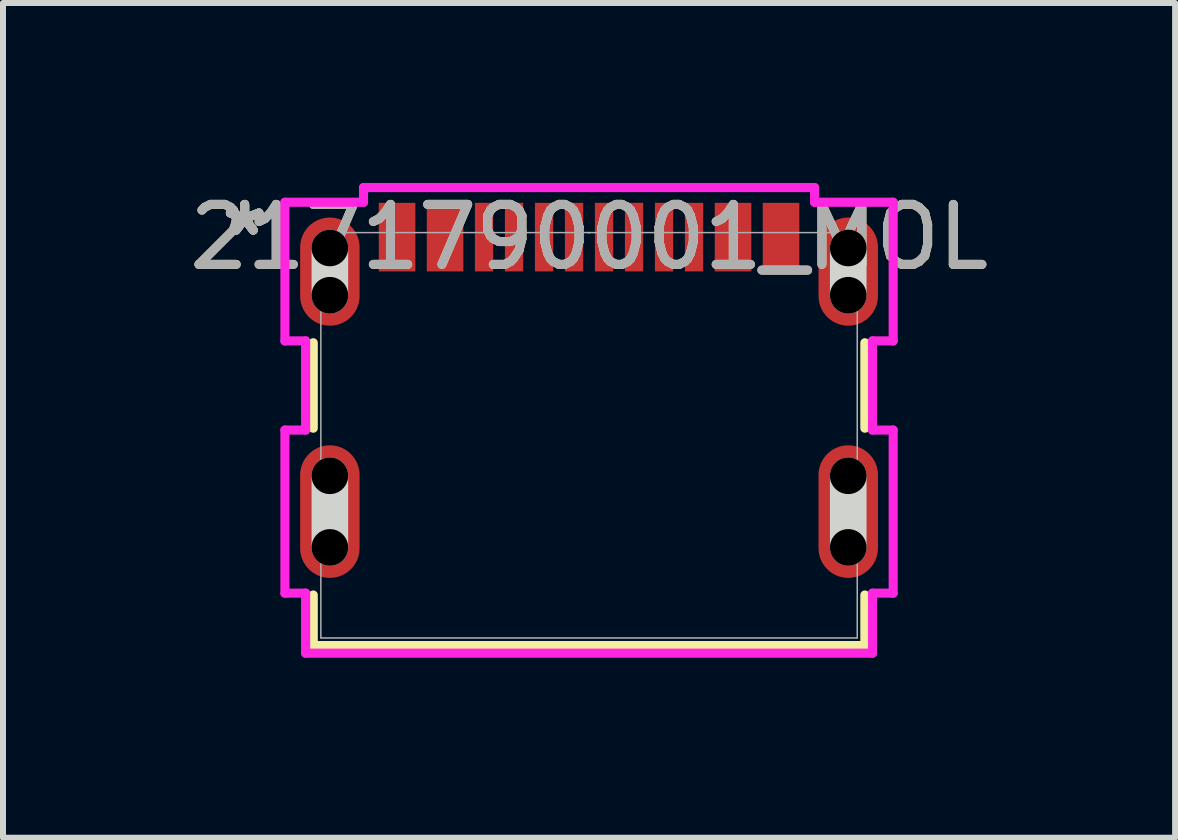
<source format=kicad_pcb>
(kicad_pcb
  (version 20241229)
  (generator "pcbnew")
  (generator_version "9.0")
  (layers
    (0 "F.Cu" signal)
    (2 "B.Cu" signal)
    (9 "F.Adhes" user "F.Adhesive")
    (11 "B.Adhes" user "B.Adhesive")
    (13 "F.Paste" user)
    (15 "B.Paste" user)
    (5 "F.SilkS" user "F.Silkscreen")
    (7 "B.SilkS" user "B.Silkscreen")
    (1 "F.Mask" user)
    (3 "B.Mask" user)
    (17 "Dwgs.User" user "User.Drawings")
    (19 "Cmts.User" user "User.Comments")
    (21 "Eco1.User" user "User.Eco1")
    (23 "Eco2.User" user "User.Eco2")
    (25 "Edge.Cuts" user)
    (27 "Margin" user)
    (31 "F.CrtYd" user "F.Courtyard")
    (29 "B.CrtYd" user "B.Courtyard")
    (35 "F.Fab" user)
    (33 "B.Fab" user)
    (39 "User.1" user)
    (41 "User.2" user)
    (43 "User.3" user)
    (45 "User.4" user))
  (footprint "2171790001_MOL"
    (layer "F.Cu")
    (at 6.768 4.205)
    (property "Reference" "2171790001_MOL" (at 0 -3.303 0) (unlocked yes) (layer "F.SilkS") (effects (font (size 1 1) (thickness 0.15))))
    (attr smd)
    (fp_line (start -4.597 -1.542) (end -4.597 -0.118) (stroke (width 0.152) (type solid)) (layer "F.SilkS"))
    (fp_line (start -4.597 2.662) (end -4.597 3.505) (stroke (width 0.152) (type solid)) (layer "F.SilkS"))
    (fp_line (start -4.597 3.505) (end 4.597 3.505) (stroke (width 0.152) (type solid)) (layer "F.SilkS"))
    (fp_line (start 4.597 -0.118) (end 4.597 -1.542) (stroke (width 0.152) (type solid)) (layer "F.SilkS"))
    (fp_line (start 4.597 3.505) (end 4.597 2.662) (stroke (width 0.152) (type solid)) (layer "F.SilkS"))
    (fp_line (start -4.32 -2.334) (end -4.32 -3.122) (stroke (width 0.61) (type solid)) (layer "Edge.Cuts"))
    (fp_line (start -4.32 1.869) (end -4.32 0.675) (stroke (width 0.61) (type solid)) (layer "Edge.Cuts"))
    (fp_line (start 4.32 -2.334) (end 4.32 -3.122) (stroke (width 0.61) (type solid)) (layer "Edge.Cuts"))
    (fp_line (start 4.32 1.869) (end 4.32 0.675) (stroke (width 0.61) (type solid)) (layer "Edge.Cuts"))
    (fp_line (start -5.069 -3.884) (end -5.069 -1.573) (stroke (width 0.152) (type solid)) (layer "F.CrtYd"))
    (fp_line (start -5.069 -1.573) (end -4.724 -1.573) (stroke (width 0.152) (type solid)) (layer "F.CrtYd"))
    (fp_line (start -5.069 -0.087) (end -5.069 2.631) (stroke (width 0.152) (type solid)) (layer "F.CrtYd"))
    (fp_line (start -5.069 2.631) (end -4.724 2.631) (stroke (width 0.152) (type solid)) (layer "F.CrtYd"))
    (fp_line (start -4.724 -1.573) (end -4.724 -0.087) (stroke (width 0.152) (type solid)) (layer "F.CrtYd"))
    (fp_line (start -4.724 -0.087) (end -5.069 -0.087) (stroke (width 0.152) (type solid)) (layer "F.CrtYd"))
    (fp_line (start -4.724 2.631) (end -4.724 3.632) (stroke (width 0.152) (type solid)) (layer "F.CrtYd"))
    (fp_line (start -4.724 3.632) (end 4.724 3.632) (stroke (width 0.152) (type solid)) (layer "F.CrtYd"))
    (fp_line (start -3.759 -4.129) (end -3.759 -3.884) (stroke (width 0.152) (type solid)) (layer "F.CrtYd"))
    (fp_line (start -3.759 -3.884) (end -5.069 -3.884) (stroke (width 0.152) (type solid)) (layer "F.CrtYd"))
    (fp_line (start 3.759 -4.129) (end -3.759 -4.129) (stroke (width 0.152) (type solid)) (layer "F.CrtYd"))
    (fp_line (start 3.759 -3.884) (end 3.759 -4.129) (stroke (width 0.152) (type solid)) (layer "F.CrtYd"))
    (fp_line (start 4.724 -1.573) (end 5.069 -1.573) (stroke (width 0.152) (type solid)) (layer "F.CrtYd"))
    (fp_line (start 4.724 -0.087) (end 4.724 -1.573) (stroke (width 0.152) (type solid)) (layer "F.CrtYd"))
    (fp_line (start 4.724 2.631) (end 5.069 2.631) (stroke (width 0.152) (type solid)) (layer "F.CrtYd"))
    (fp_line (start 4.724 3.632) (end 4.724 2.631) (stroke (width 0.152) (type solid)) (layer "F.CrtYd"))
    (fp_line (start 5.069 -3.884) (end 3.759 -3.884) (stroke (width 0.152) (type solid)) (layer "F.CrtYd"))
    (fp_line (start 5.069 -1.573) (end 5.069 -3.884) (stroke (width 0.152) (type solid)) (layer "F.CrtYd"))
    (fp_line (start 5.069 -0.087) (end 4.724 -0.087) (stroke (width 0.152) (type solid)) (layer "F.CrtYd"))
    (fp_line (start 5.069 2.631) (end 5.069 -0.087) (stroke (width 0.152) (type solid)) (layer "F.CrtYd"))
    (fp_line (start -4.47 -3.378) (end -4.47 3.378) (stroke (width 0.025) (type solid)) (layer "F.Fab"))
    (fp_line (start -4.47 3.378) (end 4.47 3.378) (stroke (width 0.025) (type solid)) (layer "F.Fab"))
    (fp_line (start 0 -3.378) (end 0 -3.378) (stroke (width 0.025) (type solid)) (layer "F.Fab"))
    (fp_line (start 0 -3.378) (end 0 -3.378) (stroke (width 0.025) (type solid)) (layer "F.Fab"))
    (fp_line (start 0 -3.378) (end 0 -3.378) (stroke (width 0.025) (type solid)) (layer "F.Fab"))
    (fp_line (start 0 -3.378) (end 0 -3.378) (stroke (width 0.025) (type solid)) (layer "F.Fab"))
    (fp_line (start 4.47 -3.378) (end -4.47 -3.378) (stroke (width 0.025) (type solid)) (layer "F.Fab"))
    (fp_line (start 4.47 3.378) (end 4.47 -3.378) (stroke (width 0.025) (type solid)) (layer "F.Fab"))
    (fp_text user "*" (at -5.74 -3.303 0) (layer "F.SilkS") (effects (font (size 1 1) (thickness 0.15))))
    (fp_text user "*" (at -5.74 -3.303 0) (unlocked yes) (layer "F.SilkS") (effects (font (size 1 1) (thickness 0.15))))
    (fp_text user "${REFERENCE}" (at 0 -3.303 0) (unlocked yes) (layer "F.Fab") (effects (font (size 1 1) (thickness 0.15))))
    (fp_text user "*" (at -5.74 -3.303 0) (unlocked yes) (layer "F.Fab") (effects (font (size 1 1) (thickness 0.15))))
    (fp_text user "*" (at -5.74 -3.303 0) (layer "F.Fab") (effects (font (size 1 1) (thickness 0.15))))
    (pad "" np_thru_hole circle (at -4.32 -3.122) (size 0.61 0.61) (drill 0.61) (layers))
    (pad "" np_thru_hole circle (at -4.32 -2.334) (size 0.61 0.61) (drill 0.61) (layers))
    (pad "" np_thru_hole circle (at -4.32 0.675) (size 0.61 0.61) (drill 0.61) (layers))
    (pad "" np_thru_hole circle (at -4.32 1.869) (size 0.61 0.61) (drill 0.61) (layers))
    (pad "" np_thru_hole circle (at 4.32 -3.122) (size 0.61 0.61) (drill 0.61) (layers))
    (pad "" np_thru_hole circle (at 4.32 -2.334) (size 0.61 0.61) (drill 0.61) (layers))
    (pad "" np_thru_hole circle (at 4.32 0.675) (size 0.61 0.61) (drill 0.61) (layers))
    (pad "" np_thru_hole circle (at 4.32 1.869) (size 0.61 0.61) (drill 0.61) (layers))
    (pad "13" smd oval (at -4.32 1.272) (size 0.991 2.21) (layers "F.Cu" "F.Mask" "F.Paste"))
    (pad "14" smd oval (at 4.32 1.272) (size 0.991 2.21) (layers "F.Cu" "F.Mask" "F.Paste"))
    (pad "15" smd oval (at -4.32 -2.728) (size 0.991 1.803) (layers "F.Cu" "F.Mask" "F.Paste"))
    (pad "16" smd oval (at 4.32 -2.728) (size 0.991 1.803) (layers "F.Cu" "F.Mask" "F.Paste"))
    (pad "A1/B12" smd rect (at -3.2 -3.303) (size 0.61 1.143) (layers "F.Cu" "F.Mask" "F.Paste"))
    (pad "A4/B9" smd rect (at -2.4 -3.303) (size 0.61 1.143) (layers "F.Cu" "F.Mask" "F.Paste"))
    (pad "A5" smd rect (at -1.25 -3.303) (size 0.305 1.143) (layers "F.Cu" "F.Mask" "F.Paste"))
    (pad "A6" smd rect (at -0.25 -3.303) (size 0.305 1.143) (layers "F.Cu" "F.Mask" "F.Paste"))
    (pad "A7" smd rect (at 0.25 -3.303) (size 0.305 1.143) (layers "F.Cu" "F.Mask" "F.Paste"))
    (pad "A8" smd rect (at 1.25 -3.303) (size 0.305 1.143) (layers "F.Cu" "F.Mask" "F.Paste"))
    (pad "B1/A12" smd rect (at 3.2 -3.303) (size 0.61 1.143) (layers "F.Cu" "F.Mask" "F.Paste"))
    (pad "B4/A9" smd rect (at 2.4 -3.303) (size 0.61 1.143) (layers "F.Cu" "F.Mask" "F.Paste"))
    (pad "B5" smd rect (at 1.75 -3.303) (size 0.305 1.143) (layers "F.Cu" "F.Mask" "F.Paste"))
    (pad "B6" smd rect (at 0.75 -3.303) (size 0.305 1.143) (layers "F.Cu" "F.Mask" "F.Paste"))
    (pad "B7" smd rect (at -0.75 -3.303) (size 0.305 1.143) (layers "F.Cu" "F.Mask" "F.Paste"))
    (pad "B8" smd rect (at -1.75 -3.303) (size 0.305 1.143) (layers "F.Cu" "F.Mask" "F.Paste")))
  (gr_rect
    (start -3 -3)
    (end 16.536 10.913)
    (stroke (width 0.1) (type default))
    (fill no)
    (layer "Edge.Cuts")))
</source>
